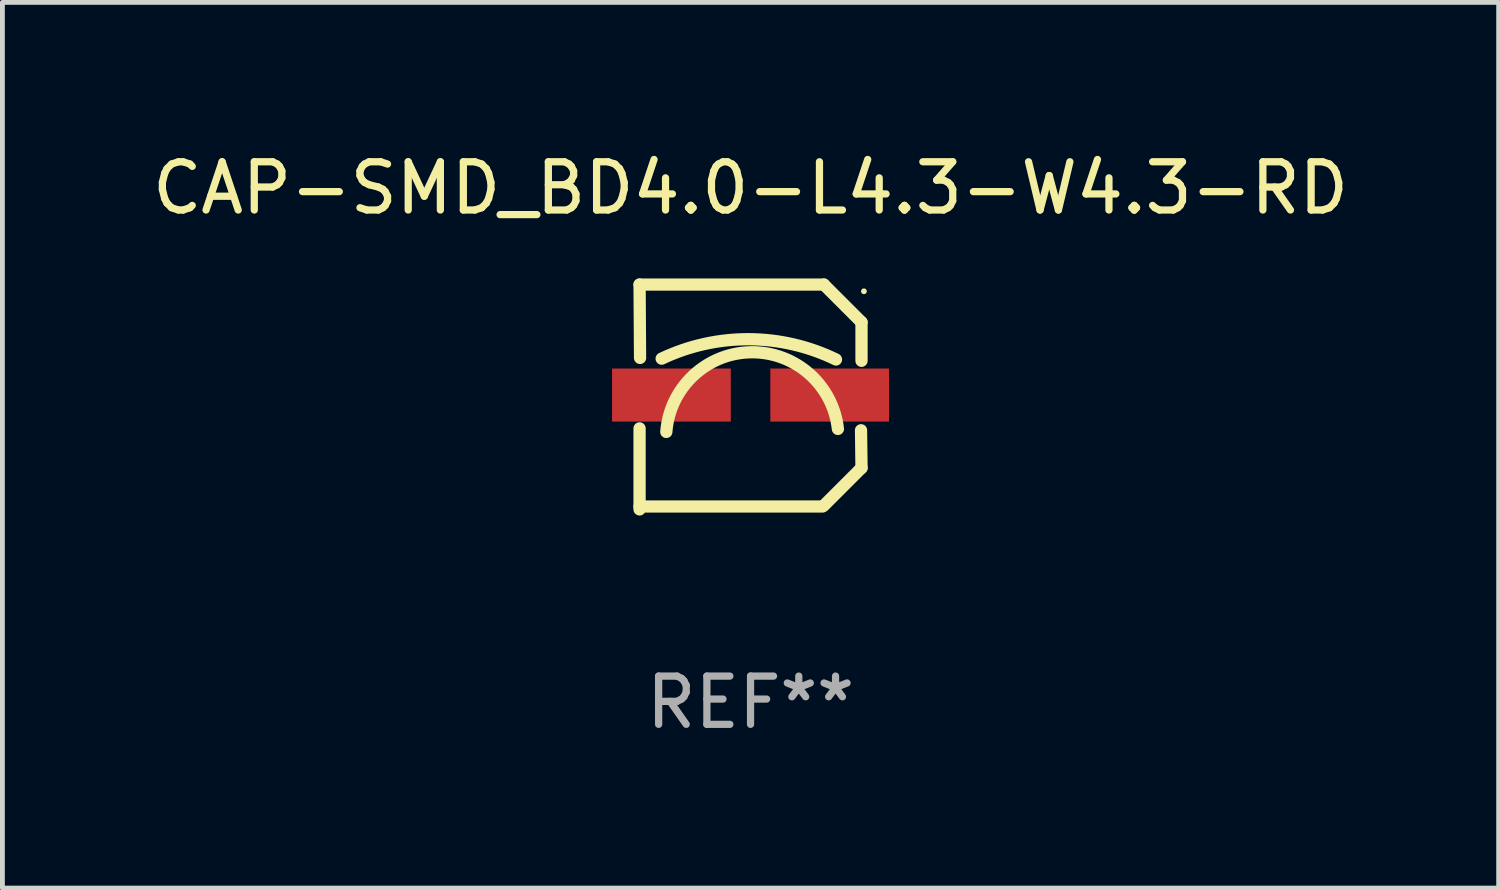
<source format=kicad_pcb>
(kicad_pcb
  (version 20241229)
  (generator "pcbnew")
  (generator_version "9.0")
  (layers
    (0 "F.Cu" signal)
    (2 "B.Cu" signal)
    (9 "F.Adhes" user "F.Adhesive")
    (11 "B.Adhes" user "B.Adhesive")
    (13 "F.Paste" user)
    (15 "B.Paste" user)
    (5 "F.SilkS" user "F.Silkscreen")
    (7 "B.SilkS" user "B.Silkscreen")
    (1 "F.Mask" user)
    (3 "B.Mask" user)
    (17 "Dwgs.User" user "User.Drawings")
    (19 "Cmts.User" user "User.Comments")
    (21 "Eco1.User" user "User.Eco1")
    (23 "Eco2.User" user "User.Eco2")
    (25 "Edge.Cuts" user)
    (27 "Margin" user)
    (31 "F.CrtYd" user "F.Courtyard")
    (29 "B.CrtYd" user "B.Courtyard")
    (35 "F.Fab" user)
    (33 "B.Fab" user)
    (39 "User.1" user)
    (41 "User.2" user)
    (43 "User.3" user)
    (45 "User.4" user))
  (footprint "CAP-SMD_BD4.0-L4.3-W4.3-RD"
    (layer "F.Cu")
    (at 12.506 5.178)
    (property "Reference" "CAP-SMD_BD4.0-L4.3-W4.3-RD" (at 0 -4.33 0) (layer "F.SilkS") (effects (font (size 1 1) (thickness 0.15))))
    (attr through_hole)
    (fp_line (start -2.3 -2.33) (end 1.52 -2.33) (stroke (width 0.254) (type solid)) (layer "F.SilkS"))
    (fp_line (start -2.3 2.27) (end 1.49 2.27) (stroke (width 0.254) (type solid)) (layer "F.SilkS"))
    (fp_line (start -2.3 2.33) (end -2.3 0.651) (stroke (width 0.254) (type solid)) (layer "F.SilkS"))
    (fp_line (start -2.29 -0.81) (end -2.3 -2.33) (stroke (width 0.254) (type solid)) (layer "F.SilkS"))
    (fp_line (start 2.3 -1.55) (end 1.52 -2.33) (stroke (width 0.254) (type solid)) (layer "F.SilkS"))
    (fp_line (start 2.3 1.47) (end 1.52 2.25) (stroke (width 0.254) (type solid)) (layer "F.SilkS"))
    (fp_line (start 2.3 1.47) (end 2.29 0.69) (stroke (width 0.254) (type solid)) (layer "F.SilkS"))
    (fp_line (start 2.3 -0.75) (end 2.3 -1.55) (stroke (width 0.254) (type solid)) (layer "F.SilkS"))
    (fp_arc (start -1.842151 -0.794552) (mid -0.033717 -1.197402) (end 1.770752 -0.777152) (stroke (width 0.254001) (type solid)) (layer "F.SilkS"))
    (fp_arc (start -1.745757 0.723659) (mid 0.004392 -0.926664) (end 1.810884 0.661786) (stroke (width 0.254001) (type solid)) (layer "F.SilkS"))
    (fp_circle (center 2.35 -2.191) (end 2.38 -2.191) (stroke (width 0.06) (type solid)) (fill no) (layer "F.SilkS"))
    (fp_text user "REF**" (at 0 6.33 0) (layer "F.Fab") (effects (font (size 1 1) (thickness 0.15))))
    (pad "1" smd rect (at 1.64 -0.04) (size 2.46 1.1) (layers "F.Cu" "F.Mask" "F.Paste"))
    (pad "2" smd rect (at -1.64 -0.04) (size 2.46 1.1) (layers "F.Cu" "F.Mask" "F.Paste")))
  (gr_rect
    (start -3 -3)
    (end 28.012 15.357)
    (stroke (width 0.1) (type default))
    (fill no)
    (layer "Edge.Cuts")))
</source>
